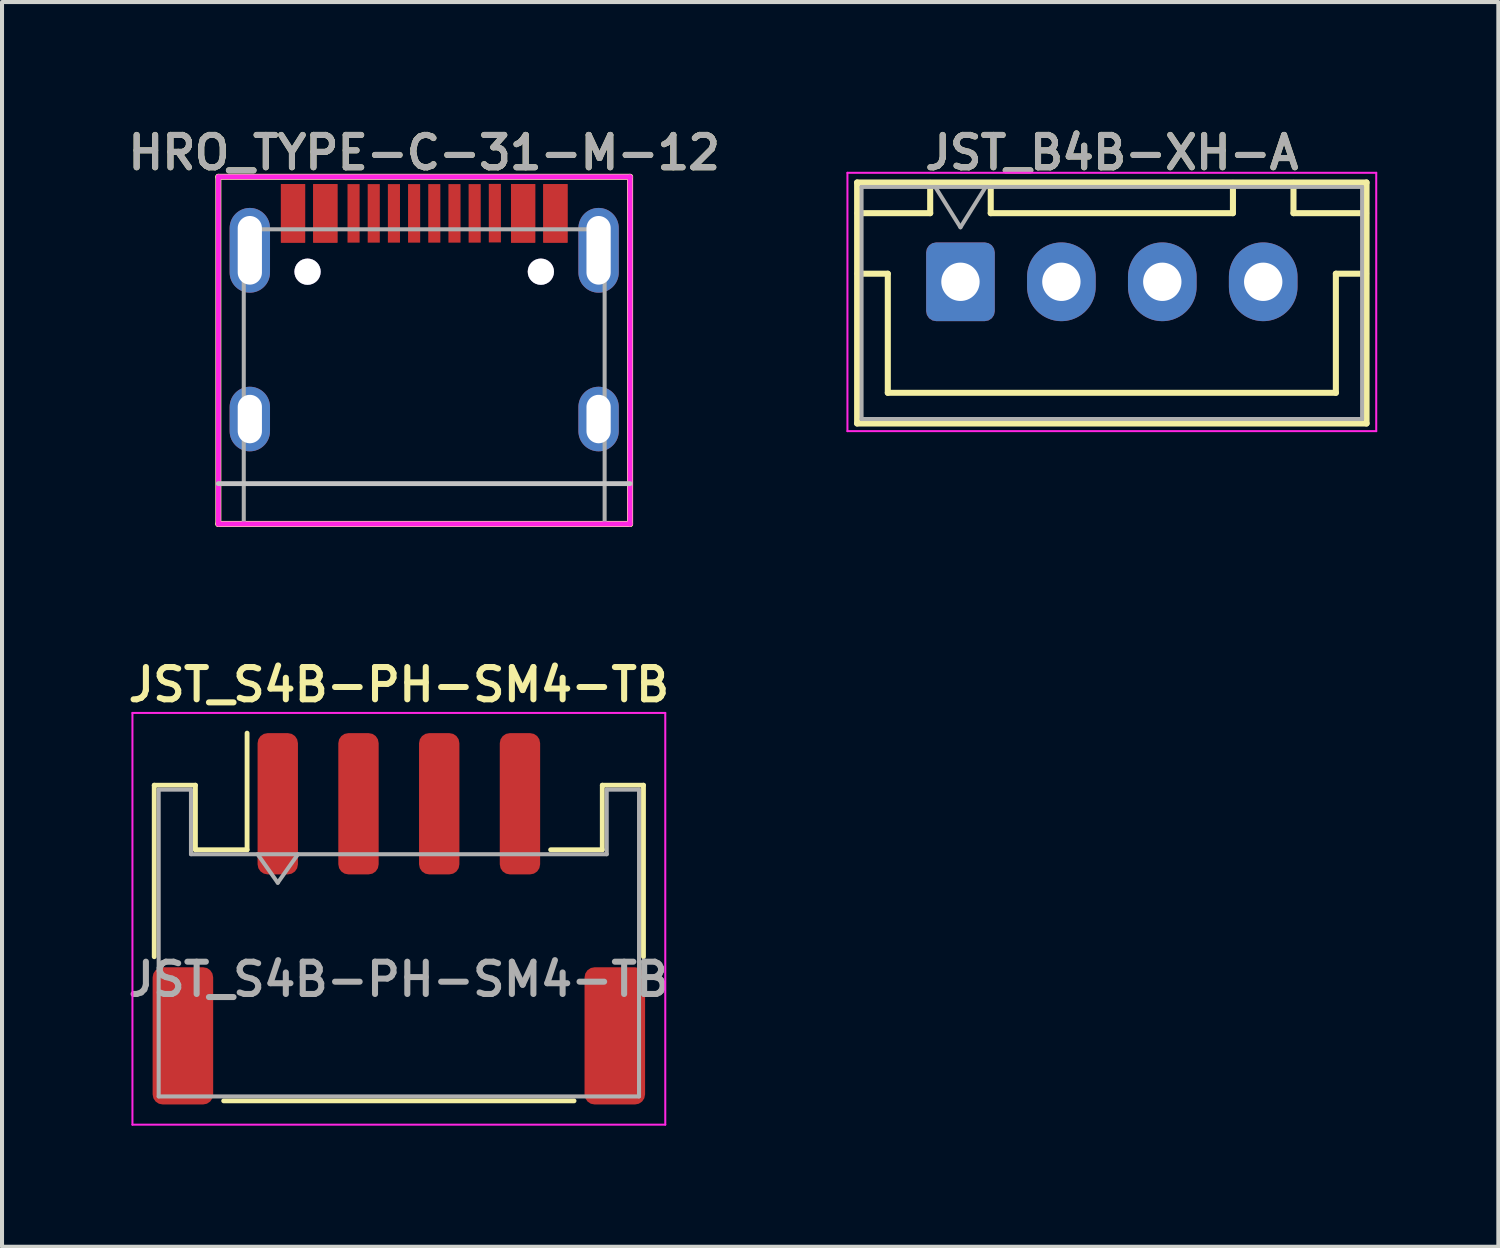
<source format=kicad_pcb>
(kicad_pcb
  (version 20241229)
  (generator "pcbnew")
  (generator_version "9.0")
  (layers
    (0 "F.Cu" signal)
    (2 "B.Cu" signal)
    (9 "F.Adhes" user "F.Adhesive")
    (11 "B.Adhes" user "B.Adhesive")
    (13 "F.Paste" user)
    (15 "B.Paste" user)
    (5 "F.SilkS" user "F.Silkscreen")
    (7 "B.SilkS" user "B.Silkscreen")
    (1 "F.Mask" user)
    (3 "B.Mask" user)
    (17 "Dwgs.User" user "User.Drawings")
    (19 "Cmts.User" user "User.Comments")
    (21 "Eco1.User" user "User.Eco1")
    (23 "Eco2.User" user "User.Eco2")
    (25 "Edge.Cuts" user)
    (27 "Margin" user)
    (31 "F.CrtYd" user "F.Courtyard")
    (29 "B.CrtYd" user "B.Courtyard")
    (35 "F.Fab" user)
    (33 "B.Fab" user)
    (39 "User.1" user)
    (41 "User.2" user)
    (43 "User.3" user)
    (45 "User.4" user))
  (footprint "JST_S4B-PH-SM4-TB"
    (layer "F.Cu")
    (at 6.831 19.712)
    (property "Reference" "JST_S4B-PH-SM4-TB" (at 0 -5.8 0) (layer "F.SilkS") (effects (font (size 0.8 0.8) (thickness 0.15))))
    (attr smd)
    (fp_line (start -6.06 -3.31) (end -5.04 -3.31) (stroke (width 0.12) (type solid)) (layer "F.SilkS"))
    (fp_line (start -6.06 0.94) (end -6.06 -3.31) (stroke (width 0.12) (type solid)) (layer "F.SilkS"))
    (fp_line (start -5.04 -3.31) (end -5.04 -1.71) (stroke (width 0.12) (type solid)) (layer "F.SilkS"))
    (fp_line (start -5.04 -1.71) (end -3.76 -1.71) (stroke (width 0.12) (type solid)) (layer "F.SilkS"))
    (fp_line (start -4.34 4.51) (end 4.34 4.51) (stroke (width 0.12) (type solid)) (layer "F.SilkS"))
    (fp_line (start -3.76 -1.71) (end -3.76 -4.6) (stroke (width 0.12) (type solid)) (layer "F.SilkS"))
    (fp_line (start 5.04 -3.31) (end 5.04 -1.71) (stroke (width 0.12) (type solid)) (layer "F.SilkS"))
    (fp_line (start 5.04 -1.71) (end 3.76 -1.71) (stroke (width 0.12) (type solid)) (layer "F.SilkS"))
    (fp_line (start 6.06 -3.31) (end 5.04 -3.31) (stroke (width 0.12) (type solid)) (layer "F.SilkS"))
    (fp_line (start 6.06 0.94) (end 6.06 -3.31) (stroke (width 0.12) (type solid)) (layer "F.SilkS"))
    (fp_line (start -6.6 -5.1) (end -6.6 5.1) (stroke (width 0.05) (type solid)) (layer "F.CrtYd"))
    (fp_line (start -6.6 5.1) (end 6.6 5.1) (stroke (width 0.05) (type solid)) (layer "F.CrtYd"))
    (fp_line (start 6.6 -5.1) (end -6.6 -5.1) (stroke (width 0.05) (type solid)) (layer "F.CrtYd"))
    (fp_line (start 6.6 5.1) (end 6.6 -5.1) (stroke (width 0.05) (type solid)) (layer "F.CrtYd"))
    (fp_line (start -5.95 -3.2) (end -5.95 4.4) (stroke (width 0.1) (type solid)) (layer "F.Fab"))
    (fp_line (start -5.95 -3.2) (end -5.15 -3.2) (stroke (width 0.1) (type solid)) (layer "F.Fab"))
    (fp_line (start -5.95 4.4) (end 5.95 4.4) (stroke (width 0.1) (type solid)) (layer "F.Fab"))
    (fp_line (start -5.15 -3.2) (end -5.15 -1.6) (stroke (width 0.1) (type solid)) (layer "F.Fab"))
    (fp_line (start -5.15 -1.6) (end 5.15 -1.6) (stroke (width 0.1) (type solid)) (layer "F.Fab"))
    (fp_line (start -3.5 -1.6) (end -3 -0.893) (stroke (width 0.1) (type solid)) (layer "F.Fab"))
    (fp_line (start -3 -0.893) (end -2.5 -1.6) (stroke (width 0.1) (type solid)) (layer "F.Fab"))
    (fp_line (start 5.15 -3.2) (end 5.95 -3.2) (stroke (width 0.1) (type solid)) (layer "F.Fab"))
    (fp_line (start 5.15 -1.6) (end 5.15 -3.2) (stroke (width 0.1) (type solid)) (layer "F.Fab"))
    (fp_line (start 5.95 -3.2) (end 5.95 4.4) (stroke (width 0.1) (type solid)) (layer "F.Fab"))
    (fp_text user "${REFERENCE}" (at 0 1.5 0) (layer "F.Fab") (effects (font (size 0.8 0.8) (thickness 0.15))))
    (pad "1" smd roundrect (at -3 -2.85) (size 1 3.5) (layers "F.Cu" "F.Mask" "F.Paste") (roundrect_rratio 0.25))
    (pad "2" smd roundrect (at -1 -2.85) (size 1 3.5) (layers "F.Cu" "F.Mask" "F.Paste") (roundrect_rratio 0.25))
    (pad "3" smd roundrect (at 1 -2.85) (size 1 3.5) (layers "F.Cu" "F.Mask" "F.Paste") (roundrect_rratio 0.25))
    (pad "4" smd roundrect (at 3 -2.85) (size 1 3.5) (layers "F.Cu" "F.Mask" "F.Paste") (roundrect_rratio 0.25))
    (pad "MP" smd roundrect (at -5.35 2.9) (size 1.5 3.4) (layers "F.Cu" "F.Mask" "F.Paste") (roundrect_rratio 0.167))
    (pad "MP" smd roundrect (at 5.35 2.9) (size 1.5 3.4) (layers "F.Cu" "F.Mask" "F.Paste") (roundrect_rratio 0.167)))
  (footprint "JST_B4B-XH-A"
    (layer "F.Cu")
    (at 20.744 3.931)
    (property "Reference" "JST_B4B-XH-A" (at 3.75 -3.2 0) (layer "F.SilkS") (effects (font (size 0.8 0.8) (thickness 0.15))))
    (attr through_hole)
    (fp_line (start -2.56 -2.46) (end -2.56 3.51) (stroke (width 0.15) (type solid)) (layer "F.SilkS"))
    (fp_line (start -2.56 3.51) (end 10.06 3.51) (stroke (width 0.15) (type solid)) (layer "F.SilkS"))
    (fp_line (start -2.55 -1.7) (end -0.75 -1.7) (stroke (width 0.15) (type solid)) (layer "F.SilkS"))
    (fp_line (start -2.55 -0.2) (end -1.8 -0.2) (stroke (width 0.15) (type solid)) (layer "F.SilkS"))
    (fp_line (start -1.8 -0.2) (end -1.8 2.75) (stroke (width 0.15) (type solid)) (layer "F.SilkS"))
    (fp_line (start -0.75 -2.45) (end -2.55 -2.45) (stroke (width 0.12) (type solid)) (layer "F.SilkS"))
    (fp_line (start -0.75 -1.7) (end -0.75 -2.45) (stroke (width 0.15) (type solid)) (layer "F.SilkS"))
    (fp_line (start 0.75 -2.45) (end 0.75 -1.7) (stroke (width 0.15) (type solid)) (layer "F.SilkS"))
    (fp_line (start 0.75 -1.7) (end 6.75 -1.7) (stroke (width 0.15) (type solid)) (layer "F.SilkS"))
    (fp_line (start 6.75 -2.45) (end 0.75 -2.45) (stroke (width 0.12) (type solid)) (layer "F.SilkS"))
    (fp_line (start 6.75 -1.7) (end 6.75 -2.45) (stroke (width 0.15) (type solid)) (layer "F.SilkS"))
    (fp_line (start 8.25 -2.45) (end 8.25 -1.7) (stroke (width 0.15) (type solid)) (layer "F.SilkS"))
    (fp_line (start 8.25 -1.7) (end 10.05 -1.7) (stroke (width 0.15) (type solid)) (layer "F.SilkS"))
    (fp_line (start 9.3 -0.2) (end 9.3 2.75) (stroke (width 0.15) (type solid)) (layer "F.SilkS"))
    (fp_line (start 9.3 2.75) (end -1.8 2.75) (stroke (width 0.15) (type solid)) (layer "F.SilkS"))
    (fp_line (start 10.05 -2.45) (end 8.25 -2.45) (stroke (width 0.12) (type solid)) (layer "F.SilkS"))
    (fp_line (start 10.05 -1.7) (end 10.05 -2.45) (stroke (width 0.12) (type solid)) (layer "F.SilkS"))
    (fp_line (start 10.05 -0.2) (end 9.3 -0.2) (stroke (width 0.15) (type solid)) (layer "F.SilkS"))
    (fp_line (start 10.06 -2.46) (end -2.56 -2.46) (stroke (width 0.15) (type solid)) (layer "F.SilkS"))
    (fp_line (start 10.06 3.51) (end 10.06 -2.46) (stroke (width 0.15) (type solid)) (layer "F.SilkS"))
    (fp_line (start -2.8 -2.7) (end 10.3 -2.7) (stroke (width 0.05) (type solid)) (layer "F.CrtYd"))
    (fp_line (start -2.8 3.7) (end -2.8 -2.7) (stroke (width 0.05) (type solid)) (layer "F.CrtYd"))
    (fp_line (start 10.3 -2.7) (end 10.3 3.7) (stroke (width 0.05) (type solid)) (layer "F.CrtYd"))
    (fp_line (start 10.3 3.7) (end -2.8 3.7) (stroke (width 0.05) (type solid)) (layer "F.CrtYd"))
    (fp_line (start -2.45 -2.35) (end -2.45 3.4) (stroke (width 0.1) (type solid)) (layer "F.Fab"))
    (fp_line (start -2.45 3.4) (end 9.95 3.4) (stroke (width 0.1) (type solid)) (layer "F.Fab"))
    (fp_line (start -0.625 -2.35) (end 0 -1.35) (stroke (width 0.1) (type solid)) (layer "F.Fab"))
    (fp_line (start 0 -1.35) (end 0.625 -2.35) (stroke (width 0.1) (type solid)) (layer "F.Fab"))
    (fp_line (start 9.95 -2.35) (end -2.45 -2.35) (stroke (width 0.1) (type solid)) (layer "F.Fab"))
    (fp_line (start 9.95 3.4) (end 9.95 -2.35) (stroke (width 0.1) (type solid)) (layer "F.Fab"))
    (fp_text user "${REFERENCE}" (at 3.75 -3.2 0) (layer "F.Fab") (effects (font (size 0.8 0.8) (thickness 0.15))))
    (pad "1" thru_hole roundrect (at 0 0) (size 1.7 1.95) (drill 0.95) (layers "*.Cu" "*.Mask") (roundrect_rratio 0.147))
    (pad "2" thru_hole oval (at 2.5 0) (size 1.7 1.95) (drill 0.95) (layers "*.Cu" "*.Mask"))
    (pad "3" thru_hole oval (at 5 0) (size 1.7 1.95) (drill 0.95) (layers "*.Cu" "*.Mask"))
    (pad "4" thru_hole oval (at 7.5 0) (size 1.7 1.95) (drill 0.95) (layers "*.Cu" "*.Mask")))
  (footprint "HRO_TYPE-C-31-M-12"
    (layer "F.Cu")
    (at 7.459 9.931)
    (property "Reference" "HRO_TYPE-C-31-M-12" (at 0 -9.2 0) (layer "F.SilkS") (effects (font (size 0.8 0.8) (thickness 0.15))))
    (attr smd)
    (fp_line (start -5.1 -8.6) (end 5.1 -8.6) (stroke (width 0.15) (type solid)) (layer "F.SilkS"))
    (fp_line (start -5.1 0) (end -5.1 -8.6) (stroke (width 0.15) (type solid)) (layer "F.SilkS"))
    (fp_line (start -5.1 0) (end 5.1 0) (stroke (width 0.15) (type solid)) (layer "F.SilkS"))
    (fp_line (start 5.1 0) (end 5.1 -8.6) (stroke (width 0.15) (type solid)) (layer "F.SilkS"))
    (fp_line (start -5.1 -1) (end 5.1 -1) (stroke (width 0.12) (type solid)) (layer "Dwgs.User"))
    (fp_line (start -5.1 -8.6) (end 5.1 -8.6) (stroke (width 0.12) (type solid)) (layer "F.CrtYd"))
    (fp_line (start -5.1 0) (end -5.1 -8.6) (stroke (width 0.12) (type solid)) (layer "F.CrtYd"))
    (fp_line (start 5.1 -8.6) (end 5.1 0) (stroke (width 0.12) (type solid)) (layer "F.CrtYd"))
    (fp_line (start 5.1 0) (end -5.1 0) (stroke (width 0.12) (type solid)) (layer "F.CrtYd"))
    (fp_line (start -4.47 -7.3) (end -4.47 0) (stroke (width 0.1) (type solid)) (layer "F.Fab"))
    (fp_line (start -4.47 0) (end 4.47 0) (stroke (width 0.1) (type solid)) (layer "F.Fab"))
    (fp_line (start 4.47 -7.3) (end -4.47 -7.3) (stroke (width 0.1) (type solid)) (layer "F.Fab"))
    (fp_line (start 4.47 0) (end 4.47 -7.3) (stroke (width 0.1) (type solid)) (layer "F.Fab"))
    (fp_text user "${REFERENCE}" (at 0 -9.2 0) (layer "F.Fab") (effects (font (size 0.8 0.8) (thickness 0.15))))
    (pad "A1" smd rect (at -3.25 -7.695) (size 0.6 1.45) (layers "F.Cu" "F.Mask" "F.Paste"))
    (pad "A4" smd rect (at -2.45 -7.695) (size 0.6 1.45) (layers "F.Cu" "F.Mask" "F.Paste"))
    (pad "A5" smd rect (at -1.25 -7.695) (size 0.3 1.45) (layers "F.Cu" "F.Mask" "F.Paste"))
    (pad "A6" smd rect (at -0.25 -7.695) (size 0.3 1.45) (layers "F.Cu" "F.Mask" "F.Paste"))
    (pad "A7" smd rect (at 0.25 -7.695) (size 0.3 1.45) (layers "F.Cu" "F.Mask" "F.Paste"))
    (pad "A8" smd rect (at 1.25 -7.695) (size 0.3 1.45) (layers "F.Cu" "F.Mask" "F.Paste"))
    (pad "A9" smd rect (at 2.45 -7.695) (size 0.6 1.45) (layers "F.Cu" "F.Mask" "F.Paste"))
    (pad "A12" smd rect (at 3.25 -7.695) (size 0.6 1.45) (layers "F.Cu" "F.Mask" "F.Paste"))
    (pad "B1" smd rect (at 3.25 -7.695) (size 0.6 1.45) (layers "F.Cu" "F.Mask" "F.Paste"))
    (pad "B4" smd rect (at 2.45 -7.695) (size 0.6 1.45) (layers "F.Cu" "F.Mask" "F.Paste"))
    (pad "B5" smd rect (at 1.75 -7.7) (size 0.3 1.45) (layers "F.Cu" "F.Mask" "F.Paste"))
    (pad "B6" smd rect (at 0.75 -7.695) (size 0.3 1.45) (layers "F.Cu" "F.Mask" "F.Paste"))
    (pad "B7" smd rect (at -0.75 -7.695) (size 0.3 1.45) (layers "F.Cu" "F.Mask" "F.Paste"))
    (pad "B8" smd rect (at -1.75 -7.695) (size 0.3 1.45) (layers "F.Cu" "F.Mask" "F.Paste"))
    (pad "B9" smd rect (at -2.45 -7.695) (size 0.6 1.45) (layers "F.Cu" "F.Mask" "F.Paste"))
    (pad "B12" smd rect (at -3.25 -7.695) (size 0.6 1.45) (layers "F.Cu" "F.Mask" "F.Paste"))
    (pad "M" thru_hole oval (at -2.89 -6.25) (size 0.65 0.65) (drill 0.65) (layers "*.Cu" "*.Mask"))
    (pad "M" thru_hole oval (at 2.89 -6.25) (size 0.65 0.65) (drill 0.65) (layers "*.Cu" "*.Mask"))
    (pad "S1" thru_hole oval (at 4.32 -6.78) (size 1 2.1) (drill oval 0.6 1.7) (layers "*.Cu" "*.Mask"))
    (pad "S2" thru_hole oval (at -4.32 -6.78) (size 1 2.1) (drill oval 0.6 1.7) (layers "*.Cu" "*.Mask"))
    (pad "S3" thru_hole oval (at -4.32 -2.6) (size 1 1.6) (drill oval 0.6 1.2) (layers "*.Cu" "*.Mask"))
    (pad "S4" thru_hole oval (at 4.32 -2.6) (size 1 1.6) (drill oval 0.6 1.2) (layers "*.Cu" "*.Mask")))
  (gr_rect
    (start -3 -3)
    (end 34.069 27.837)
    (stroke (width 0.1) (type default))
    (fill no)
    (layer "Edge.Cuts")))
</source>
